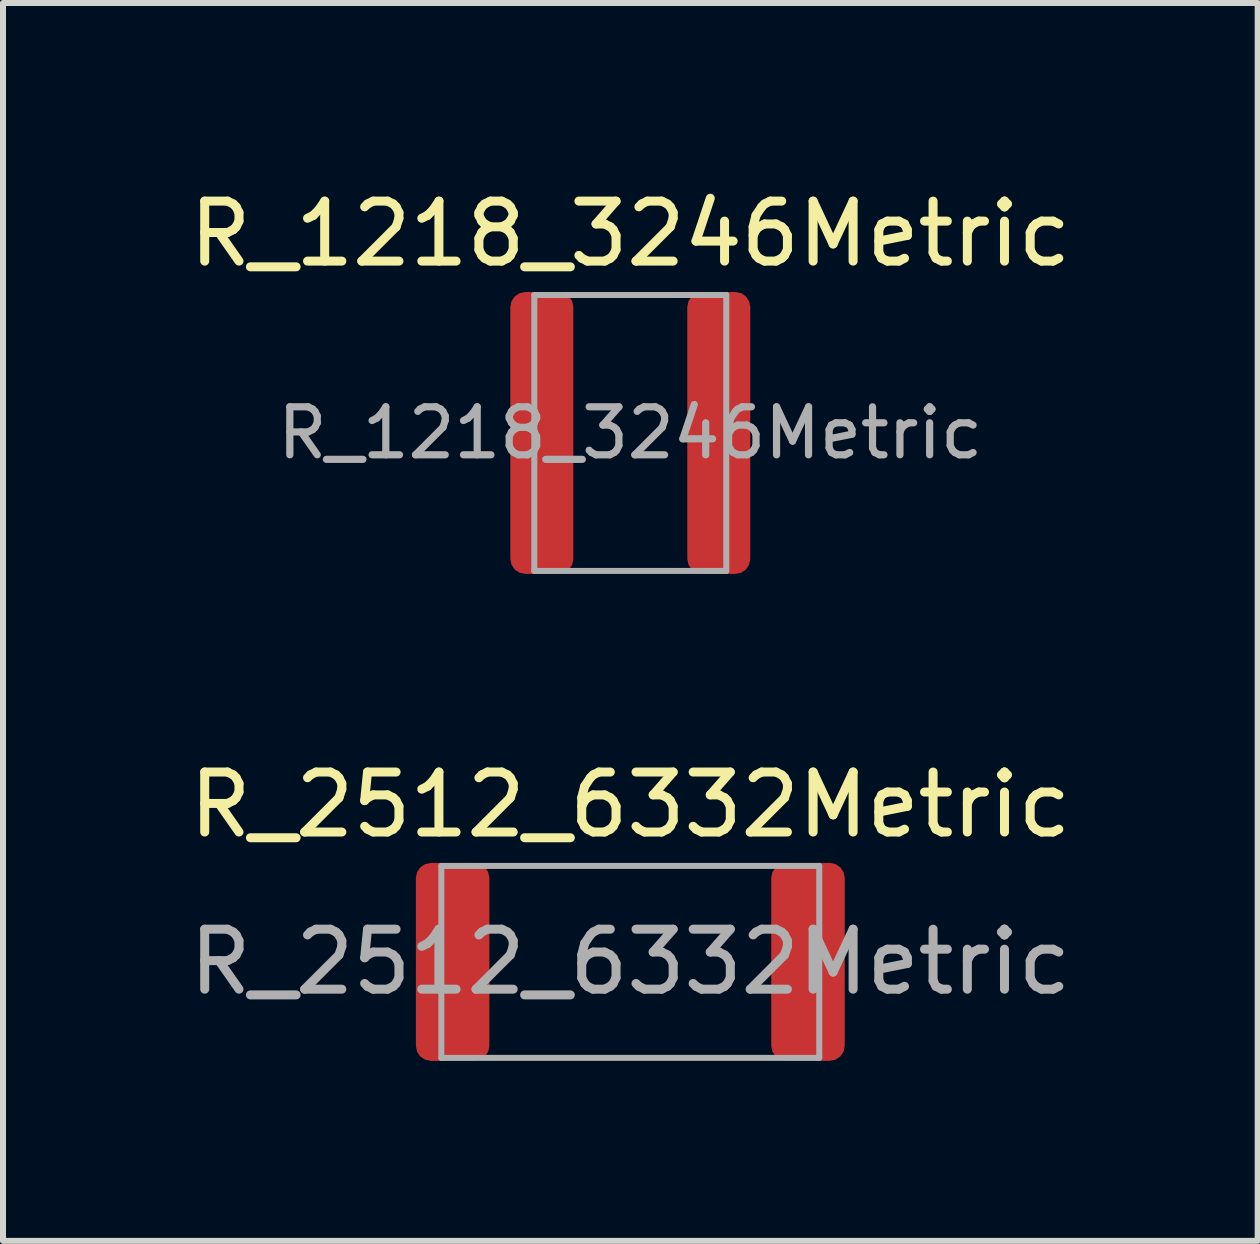
<source format=kicad_pcb>
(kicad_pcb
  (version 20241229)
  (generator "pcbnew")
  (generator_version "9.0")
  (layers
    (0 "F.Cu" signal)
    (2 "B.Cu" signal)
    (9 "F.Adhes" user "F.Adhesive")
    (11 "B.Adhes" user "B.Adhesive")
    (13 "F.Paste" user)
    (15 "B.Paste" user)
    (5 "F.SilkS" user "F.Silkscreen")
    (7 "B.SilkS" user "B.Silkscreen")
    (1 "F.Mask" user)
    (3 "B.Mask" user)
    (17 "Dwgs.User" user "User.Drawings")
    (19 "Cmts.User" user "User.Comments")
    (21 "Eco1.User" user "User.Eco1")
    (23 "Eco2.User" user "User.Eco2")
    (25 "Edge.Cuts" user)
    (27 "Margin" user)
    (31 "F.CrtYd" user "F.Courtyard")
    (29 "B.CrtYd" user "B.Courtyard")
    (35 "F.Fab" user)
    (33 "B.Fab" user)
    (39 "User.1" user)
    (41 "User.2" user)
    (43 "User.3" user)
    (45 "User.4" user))
  (footprint "R_2512_6332Metric"
    (layer "F.Cu")
    (at 7.458 12.986)
    (property "Reference" "R_2512_6332Metric" (at 0 -2.62 0) (layer "F.SilkS") (effects (font (size 1 1) (thickness 0.15))))
    (attr smd)
    (fp_line (start -3.15 -1.6) (end 3.15 -1.6) (stroke (width 0.1) (type solid)) (layer "F.Fab"))
    (fp_line (start -3.15 1.6) (end -3.15 -1.6) (stroke (width 0.1) (type solid)) (layer "F.Fab"))
    (fp_line (start 3.15 -1.6) (end 3.15 1.6) (stroke (width 0.1) (type solid)) (layer "F.Fab"))
    (fp_line (start 3.15 1.6) (end -3.15 1.6) (stroke (width 0.1) (type solid)) (layer "F.Fab"))
    (fp_text user "${REFERENCE}" (at 0 0 0) (layer "F.Fab") (effects (font (size 1 1) (thickness 0.15))))
    (pad "1" smd roundrect (at -2.962 0) (size 1.225 3.3) (layers "F.Cu" "F.Mask" "F.Paste") (roundrect_rratio 0.204))
    (pad "2" smd roundrect (at 2.962 0) (size 1.225 3.3) (layers "F.Cu" "F.Mask" "F.Paste") (roundrect_rratio 0.204)))
  (footprint "R_1218_3246Metric"
    (layer "F.Cu")
    (at 7.458 4.168)
    (property "Reference" "R_1218_3246Metric" (at 0 -3.32 0) (layer "F.SilkS") (effects (font (size 1 1) (thickness 0.15))))
    (attr smd)
    (fp_line (start -1.6 -2.3) (end 1.6 -2.3) (stroke (width 0.1) (type solid)) (layer "F.Fab"))
    (fp_line (start -1.6 2.3) (end -1.6 -2.3) (stroke (width 0.1) (type solid)) (layer "F.Fab"))
    (fp_line (start 1.6 -2.3) (end 1.6 2.3) (stroke (width 0.1) (type solid)) (layer "F.Fab"))
    (fp_line (start 1.6 2.3) (end -1.6 2.3) (stroke (width 0.1) (type solid)) (layer "F.Fab"))
    (fp_text user "${REFERENCE}" (at 0 0 0) (layer "F.Fab") (effects (font (size 0.8 0.8) (thickness 0.12))))
    (pad "1" smd roundrect (at -1.475 0) (size 1.05 4.7) (layers "F.Cu" "F.Mask" "F.Paste") (roundrect_rratio 0.238))
    (pad "2" smd roundrect (at 1.475 0) (size 1.05 4.7) (layers "F.Cu" "F.Mask" "F.Paste") (roundrect_rratio 0.238)))
  (gr_rect
    (start -3 -3)
    (end 17.917 17.637)
    (stroke (width 0.1) (type default))
    (fill no)
    (layer "Edge.Cuts")))
</source>
